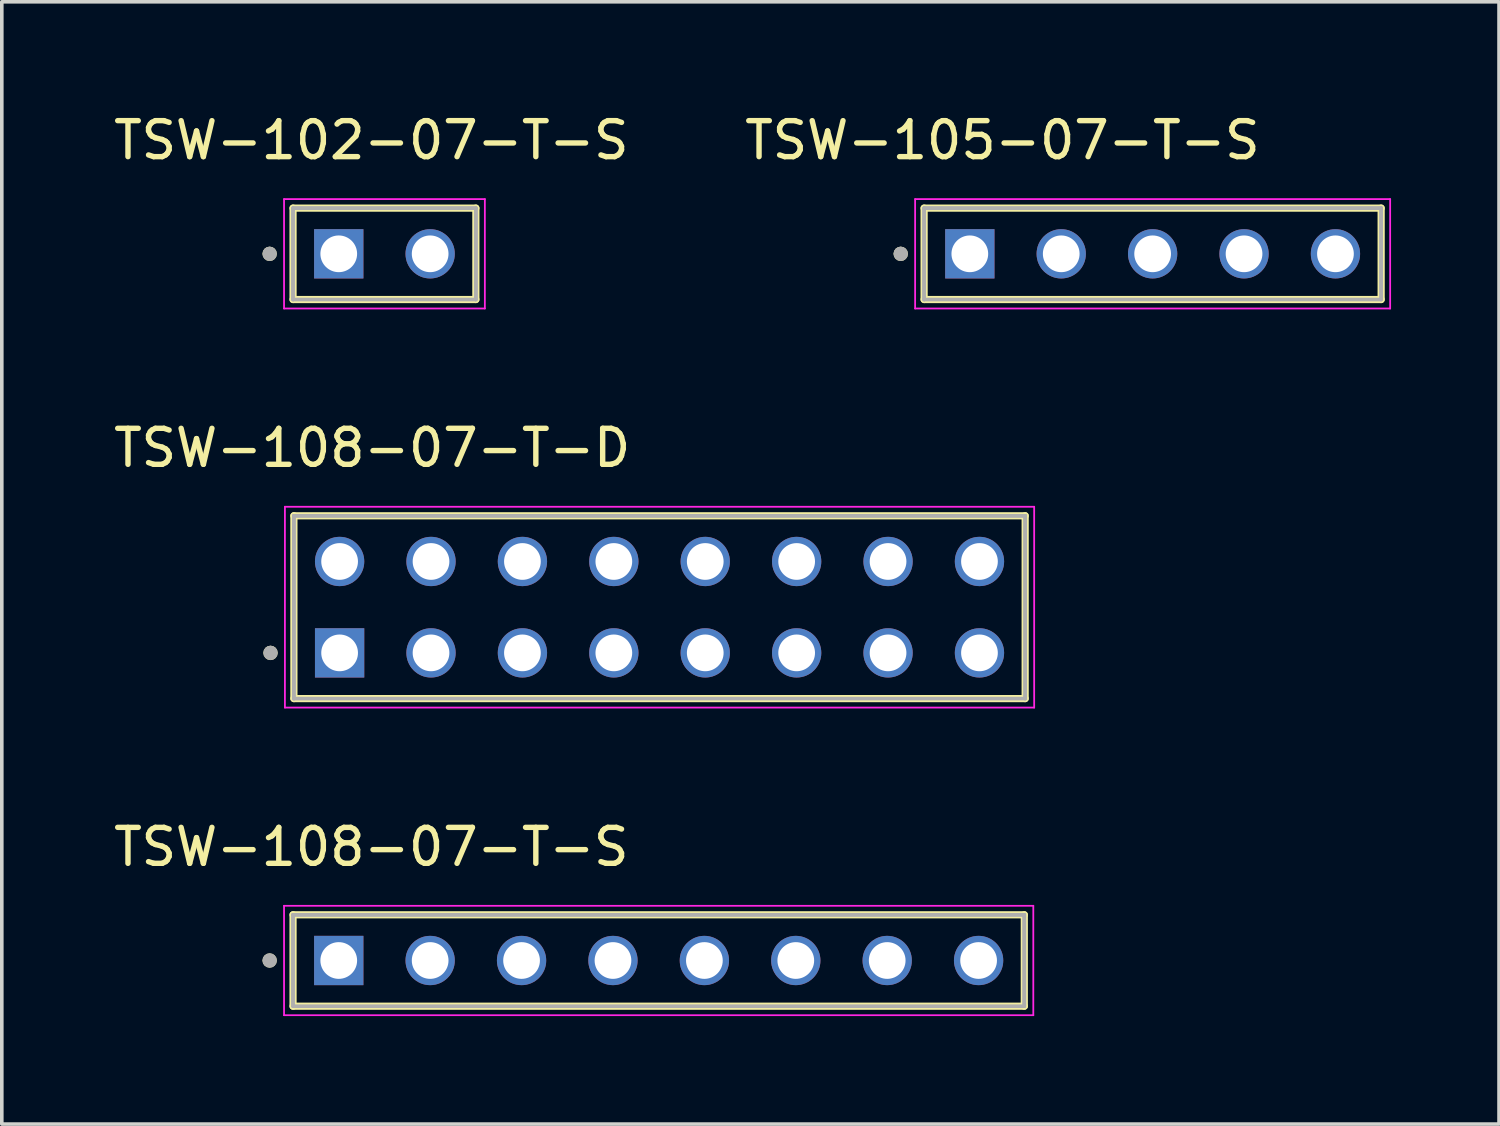
<source format=kicad_pcb>
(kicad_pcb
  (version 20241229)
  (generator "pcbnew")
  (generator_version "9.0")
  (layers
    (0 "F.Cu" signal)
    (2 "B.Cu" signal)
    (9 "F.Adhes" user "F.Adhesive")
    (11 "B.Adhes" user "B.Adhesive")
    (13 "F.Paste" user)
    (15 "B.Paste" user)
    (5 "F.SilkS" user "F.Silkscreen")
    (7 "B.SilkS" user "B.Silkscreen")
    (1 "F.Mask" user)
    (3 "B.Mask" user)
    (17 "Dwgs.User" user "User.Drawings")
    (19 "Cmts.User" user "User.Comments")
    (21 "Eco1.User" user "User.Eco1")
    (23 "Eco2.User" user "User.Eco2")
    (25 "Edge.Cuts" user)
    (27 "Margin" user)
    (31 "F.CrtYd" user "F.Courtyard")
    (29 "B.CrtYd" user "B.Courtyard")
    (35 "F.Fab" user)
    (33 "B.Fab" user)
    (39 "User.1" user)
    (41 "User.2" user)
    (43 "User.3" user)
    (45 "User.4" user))
  (footprint "TSW-108-07-T-D"
    (layer "F.Cu")
    (at 15.277 13.822)
    (property "Reference" "TSW-108-07-T-D" (at -7.985 -4.425 0) (layer "F.SilkS") (effects (font (size 1 1) (thickness 0.15))))
    (attr through_hole)
    (fp_line (start -10.16 2.54) (end -10.16 -2.54) (stroke (width 0.2) (type solid)) (layer "F.SilkS"))
    (fp_line (start 10.16 -2.54) (end -10.16 -2.54) (stroke (width 0.2) (type solid)) (layer "F.SilkS"))
    (fp_line (start 10.16 -2.54) (end 10.16 2.54) (stroke (width 0.2) (type solid)) (layer "F.SilkS"))
    (fp_line (start 10.16 2.54) (end -10.16 2.54) (stroke (width 0.2) (type solid)) (layer "F.SilkS"))
    (fp_circle (center -10.81 1.27) (end -10.71 1.27) (stroke (width 0.2) (type solid)) (fill no) (layer "F.SilkS"))
    (fp_line (start -10.41 -2.79) (end 10.41 -2.79) (stroke (width 0.05) (type solid)) (layer "F.CrtYd"))
    (fp_line (start -10.41 2.79) (end -10.41 -2.79) (stroke (width 0.05) (type solid)) (layer "F.CrtYd"))
    (fp_line (start 10.41 -2.79) (end 10.41 2.79) (stroke (width 0.05) (type solid)) (layer "F.CrtYd"))
    (fp_line (start 10.41 2.79) (end -10.41 2.79) (stroke (width 0.05) (type solid)) (layer "F.CrtYd"))
    (fp_line (start -10.16 -2.54) (end 10.16 -2.54) (stroke (width 0.1) (type solid)) (layer "F.Fab"))
    (fp_line (start -10.16 -2.54) (end 10.16 -2.54) (stroke (width 0.1) (type solid)) (layer "F.Fab"))
    (fp_line (start -10.16 2.54) (end -10.16 -2.54) (stroke (width 0.1) (type solid)) (layer "F.Fab"))
    (fp_line (start -10.16 2.54) (end -10.16 -2.54) (stroke (width 0.1) (type solid)) (layer "F.Fab"))
    (fp_line (start 10.16 -2.54) (end 10.16 2.54) (stroke (width 0.1) (type solid)) (layer "F.Fab"))
    (fp_line (start 10.16 -2.54) (end 10.16 2.54) (stroke (width 0.1) (type solid)) (layer "F.Fab"))
    (fp_line (start 10.16 2.54) (end -10.16 2.54) (stroke (width 0.1) (type solid)) (layer "F.Fab"))
    (fp_circle (center -10.81 1.27) (end -10.71 1.27) (stroke (width 0.2) (type solid)) (fill no) (layer "F.Fab"))
    (pad "01" thru_hole rect (at -8.89 1.27) (size 1.37 1.37) (drill 1.02) (layers "*.Cu" "*.Mask"))
    (pad "02" thru_hole circle (at -8.89 -1.27) (size 1.37 1.37) (drill 1.02) (layers "*.Cu" "*.Mask"))
    (pad "03" thru_hole circle (at -6.35 1.27) (size 1.37 1.37) (drill 1.02) (layers "*.Cu" "*.Mask"))
    (pad "04" thru_hole circle (at -6.35 -1.27) (size 1.37 1.37) (drill 1.02) (layers "*.Cu" "*.Mask"))
    (pad "05" thru_hole circle (at -3.81 1.27) (size 1.37 1.37) (drill 1.02) (layers "*.Cu" "*.Mask"))
    (pad "06" thru_hole circle (at -3.81 -1.27) (size 1.37 1.37) (drill 1.02) (layers "*.Cu" "*.Mask"))
    (pad "07" thru_hole circle (at -1.27 1.27) (size 1.37 1.37) (drill 1.02) (layers "*.Cu" "*.Mask"))
    (pad "08" thru_hole circle (at -1.27 -1.27) (size 1.37 1.37) (drill 1.02) (layers "*.Cu" "*.Mask"))
    (pad "09" thru_hole circle (at 1.27 1.27) (size 1.37 1.37) (drill 1.02) (layers "*.Cu" "*.Mask"))
    (pad "10" thru_hole circle (at 1.27 -1.27) (size 1.37 1.37) (drill 1.02) (layers "*.Cu" "*.Mask"))
    (pad "11" thru_hole circle (at 3.81 1.27) (size 1.37 1.37) (drill 1.02) (layers "*.Cu" "*.Mask"))
    (pad "12" thru_hole circle (at 3.81 -1.27) (size 1.37 1.37) (drill 1.02) (layers "*.Cu" "*.Mask"))
    (pad "13" thru_hole circle (at 6.35 1.27) (size 1.37 1.37) (drill 1.02) (layers "*.Cu" "*.Mask"))
    (pad "14" thru_hole circle (at 6.35 -1.27) (size 1.37 1.37) (drill 1.02) (layers "*.Cu" "*.Mask"))
    (pad "15" thru_hole circle (at 8.89 1.27) (size 1.37 1.37) (drill 1.02) (layers "*.Cu" "*.Mask"))
    (pad "16" thru_hole circle (at 8.89 -1.27) (size 1.37 1.37) (drill 1.02) (layers "*.Cu" "*.Mask")))
  (footprint "TSW-108-07-T-S"
    (layer "F.Cu")
    (at 15.253 23.64)
    (property "Reference" "TSW-108-07-T-S" (at -7.985 -3.155 0) (layer "F.SilkS") (effects (font (size 1 1) (thickness 0.15))))
    (attr through_hole)
    (fp_line (start -10.16 1.27) (end -10.16 -1.27) (stroke (width 0.2) (type solid)) (layer "F.SilkS"))
    (fp_line (start 10.16 -1.27) (end -10.16 -1.27) (stroke (width 0.2) (type solid)) (layer "F.SilkS"))
    (fp_line (start 10.16 -1.27) (end 10.16 1.27) (stroke (width 0.2) (type solid)) (layer "F.SilkS"))
    (fp_line (start 10.16 1.27) (end -10.16 1.27) (stroke (width 0.2) (type solid)) (layer "F.SilkS"))
    (fp_circle (center -10.81 0) (end -10.71 0) (stroke (width 0.2) (type solid)) (fill no) (layer "F.SilkS"))
    (fp_line (start -10.41 -1.52) (end 10.41 -1.52) (stroke (width 0.05) (type solid)) (layer "F.CrtYd"))
    (fp_line (start -10.41 1.52) (end -10.41 -1.52) (stroke (width 0.05) (type solid)) (layer "F.CrtYd"))
    (fp_line (start 10.41 -1.52) (end 10.41 1.52) (stroke (width 0.05) (type solid)) (layer "F.CrtYd"))
    (fp_line (start 10.41 1.52) (end -10.41 1.52) (stroke (width 0.05) (type solid)) (layer "F.CrtYd"))
    (fp_line (start -10.16 -1.27) (end 10.16 -1.27) (stroke (width 0.1) (type solid)) (layer "F.Fab"))
    (fp_line (start -10.16 -1.27) (end 10.16 -1.27) (stroke (width 0.1) (type solid)) (layer "F.Fab"))
    (fp_line (start -10.16 1.27) (end -10.16 -1.27) (stroke (width 0.1) (type solid)) (layer "F.Fab"))
    (fp_line (start -10.16 1.27) (end -10.16 -1.27) (stroke (width 0.1) (type solid)) (layer "F.Fab"))
    (fp_line (start 10.16 -1.27) (end 10.16 1.27) (stroke (width 0.1) (type solid)) (layer "F.Fab"))
    (fp_line (start 10.16 -1.27) (end 10.16 1.27) (stroke (width 0.1) (type solid)) (layer "F.Fab"))
    (fp_line (start 10.16 1.27) (end -10.16 1.27) (stroke (width 0.1) (type solid)) (layer "F.Fab"))
    (fp_circle (center -10.81 0) (end -10.71 0) (stroke (width 0.2) (type solid)) (fill no) (layer "F.Fab"))
    (pad "01" thru_hole rect (at -8.89 0) (size 1.37 1.37) (drill 1.02) (layers "*.Cu" "*.Mask"))
    (pad "02" thru_hole circle (at -6.35 0) (size 1.37 1.37) (drill 1.02) (layers "*.Cu" "*.Mask"))
    (pad "03" thru_hole circle (at -3.81 0) (size 1.37 1.37) (drill 1.02) (layers "*.Cu" "*.Mask"))
    (pad "04" thru_hole circle (at -1.27 0) (size 1.37 1.37) (drill 1.02) (layers "*.Cu" "*.Mask"))
    (pad "05" thru_hole circle (at 1.27 0) (size 1.37 1.37) (drill 1.02) (layers "*.Cu" "*.Mask"))
    (pad "06" thru_hole circle (at 3.81 0) (size 1.37 1.37) (drill 1.02) (layers "*.Cu" "*.Mask"))
    (pad "07" thru_hole circle (at 6.35 0) (size 1.37 1.37) (drill 1.02) (layers "*.Cu" "*.Mask"))
    (pad "08" thru_hole circle (at 8.89 0) (size 1.37 1.37) (drill 1.02) (layers "*.Cu" "*.Mask")))
  (footprint "TSW-102-07-T-S"
    (layer "F.Cu")
    (at 7.633 4.003)
    (property "Reference" "TSW-102-07-T-S" (at -0.365 -3.155 0) (layer "F.SilkS") (effects (font (size 1 1) (thickness 0.15))))
    (attr through_hole)
    (fp_line (start -2.54 1.27) (end -2.54 -1.27) (stroke (width 0.2) (type solid)) (layer "F.SilkS"))
    (fp_line (start 2.54 -1.27) (end -2.54 -1.27) (stroke (width 0.2) (type solid)) (layer "F.SilkS"))
    (fp_line (start 2.54 -1.27) (end 2.54 1.27) (stroke (width 0.2) (type solid)) (layer "F.SilkS"))
    (fp_line (start 2.54 1.27) (end -2.54 1.27) (stroke (width 0.2) (type solid)) (layer "F.SilkS"))
    (fp_circle (center -3.19 0) (end -3.09 0) (stroke (width 0.2) (type solid)) (fill no) (layer "F.SilkS"))
    (fp_line (start -2.79 -1.52) (end 2.79 -1.52) (stroke (width 0.05) (type solid)) (layer "F.CrtYd"))
    (fp_line (start -2.79 1.52) (end -2.79 -1.52) (stroke (width 0.05) (type solid)) (layer "F.CrtYd"))
    (fp_line (start 2.79 -1.52) (end 2.79 1.52) (stroke (width 0.05) (type solid)) (layer "F.CrtYd"))
    (fp_line (start 2.79 1.52) (end -2.79 1.52) (stroke (width 0.05) (type solid)) (layer "F.CrtYd"))
    (fp_line (start -2.54 -1.27) (end 2.54 -1.27) (stroke (width 0.1) (type solid)) (layer "F.Fab"))
    (fp_line (start -2.54 -1.27) (end 2.54 -1.27) (stroke (width 0.1) (type solid)) (layer "F.Fab"))
    (fp_line (start -2.54 1.27) (end -2.54 -1.27) (stroke (width 0.1) (type solid)) (layer "F.Fab"))
    (fp_line (start -2.54 1.27) (end -2.54 -1.27) (stroke (width 0.1) (type solid)) (layer "F.Fab"))
    (fp_line (start 2.54 -1.27) (end 2.54 1.27) (stroke (width 0.1) (type solid)) (layer "F.Fab"))
    (fp_line (start 2.54 -1.27) (end 2.54 1.27) (stroke (width 0.1) (type solid)) (layer "F.Fab"))
    (fp_line (start 2.54 1.27) (end -2.54 1.27) (stroke (width 0.1) (type solid)) (layer "F.Fab"))
    (fp_circle (center -3.19 0) (end -3.09 0) (stroke (width 0.2) (type solid)) (fill no) (layer "F.Fab"))
    (pad "01" thru_hole rect (at -1.27 0) (size 1.37 1.37) (drill 1.02) (layers "*.Cu" "*.Mask"))
    (pad "02" thru_hole circle (at 1.27 0) (size 1.37 1.37) (drill 1.02) (layers "*.Cu" "*.Mask")))
  (footprint "TSW-105-07-T-S"
    (layer "F.Cu")
    (at 28.979 4.003)
    (property "Reference" "TSW-105-07-T-S" (at -4.175 -3.155 0) (layer "F.SilkS") (effects (font (size 1 1) (thickness 0.15))))
    (attr through_hole)
    (fp_line (start -6.35 1.27) (end -6.35 -1.27) (stroke (width 0.2) (type solid)) (layer "F.SilkS"))
    (fp_line (start 6.35 -1.27) (end -6.35 -1.27) (stroke (width 0.2) (type solid)) (layer "F.SilkS"))
    (fp_line (start 6.35 -1.27) (end 6.35 1.27) (stroke (width 0.2) (type solid)) (layer "F.SilkS"))
    (fp_line (start 6.35 1.27) (end -6.35 1.27) (stroke (width 0.2) (type solid)) (layer "F.SilkS"))
    (fp_circle (center -7 0) (end -6.9 0) (stroke (width 0.2) (type solid)) (fill no) (layer "F.SilkS"))
    (fp_line (start -6.6 -1.52) (end 6.6 -1.52) (stroke (width 0.05) (type solid)) (layer "F.CrtYd"))
    (fp_line (start -6.6 1.52) (end -6.6 -1.52) (stroke (width 0.05) (type solid)) (layer "F.CrtYd"))
    (fp_line (start 6.6 -1.52) (end 6.6 1.52) (stroke (width 0.05) (type solid)) (layer "F.CrtYd"))
    (fp_line (start 6.6 1.52) (end -6.6 1.52) (stroke (width 0.05) (type solid)) (layer "F.CrtYd"))
    (fp_line (start -6.35 -1.27) (end 6.35 -1.27) (stroke (width 0.1) (type solid)) (layer "F.Fab"))
    (fp_line (start -6.35 -1.27) (end 6.35 -1.27) (stroke (width 0.1) (type solid)) (layer "F.Fab"))
    (fp_line (start -6.35 1.27) (end -6.35 -1.27) (stroke (width 0.1) (type solid)) (layer "F.Fab"))
    (fp_line (start -6.35 1.27) (end -6.35 -1.27) (stroke (width 0.1) (type solid)) (layer "F.Fab"))
    (fp_line (start 6.35 -1.27) (end 6.35 1.27) (stroke (width 0.1) (type solid)) (layer "F.Fab"))
    (fp_line (start 6.35 -1.27) (end 6.35 1.27) (stroke (width 0.1) (type solid)) (layer "F.Fab"))
    (fp_line (start 6.35 1.27) (end -6.35 1.27) (stroke (width 0.1) (type solid)) (layer "F.Fab"))
    (fp_circle (center -7 0) (end -6.9 0) (stroke (width 0.2) (type solid)) (fill no) (layer "F.Fab"))
    (pad "01" thru_hole rect (at -5.08 0) (size 1.37 1.37) (drill 1.02) (layers "*.Cu" "*.Mask"))
    (pad "02" thru_hole circle (at -2.54 0) (size 1.37 1.37) (drill 1.02) (layers "*.Cu" "*.Mask"))
    (pad "03" thru_hole circle (at 0 0) (size 1.37 1.37) (drill 1.02) (layers "*.Cu" "*.Mask"))
    (pad "04" thru_hole circle (at 2.54 0) (size 1.37 1.37) (drill 1.02) (layers "*.Cu" "*.Mask"))
    (pad "05" thru_hole circle (at 5.08 0) (size 1.37 1.37) (drill 1.02) (layers "*.Cu" "*.Mask")))
  (gr_rect
    (start -3 -3)
    (end 38.604 28.185)
    (stroke (width 0.1) (type default))
    (fill no)
    (layer "Edge.Cuts")))
</source>
